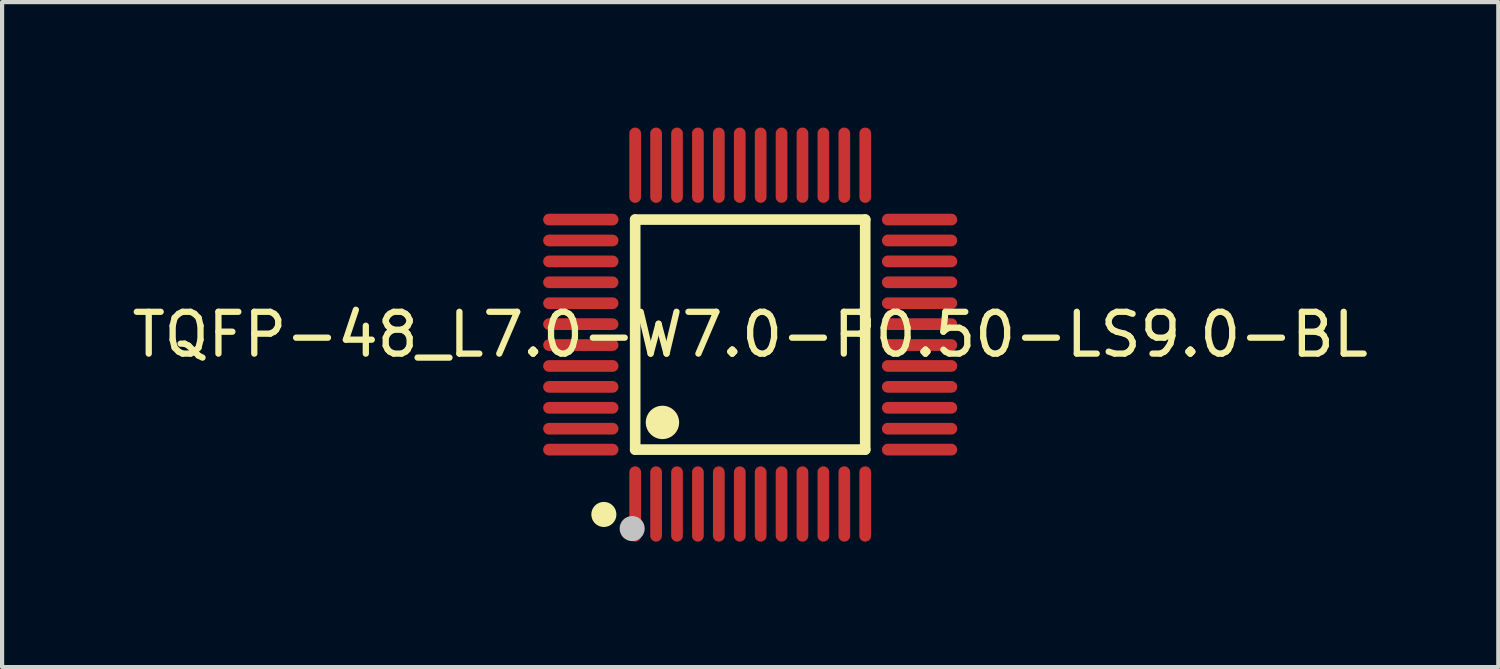
<source format=kicad_pcb>
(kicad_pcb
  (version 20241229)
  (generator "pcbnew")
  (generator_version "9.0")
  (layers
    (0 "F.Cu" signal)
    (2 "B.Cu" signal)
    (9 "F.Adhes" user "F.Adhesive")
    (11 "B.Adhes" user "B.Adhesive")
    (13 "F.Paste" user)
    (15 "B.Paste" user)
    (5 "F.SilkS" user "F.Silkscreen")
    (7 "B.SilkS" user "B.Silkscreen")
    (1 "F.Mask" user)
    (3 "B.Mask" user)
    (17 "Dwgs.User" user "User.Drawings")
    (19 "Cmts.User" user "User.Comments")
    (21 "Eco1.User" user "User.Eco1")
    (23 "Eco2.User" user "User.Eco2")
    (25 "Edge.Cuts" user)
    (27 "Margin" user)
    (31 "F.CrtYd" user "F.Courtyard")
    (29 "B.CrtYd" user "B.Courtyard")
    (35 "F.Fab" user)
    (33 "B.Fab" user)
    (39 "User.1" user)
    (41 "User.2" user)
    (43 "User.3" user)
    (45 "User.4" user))
  (footprint "TQFP-48_L7.0-W7.0-P0.50-LS9.0-BL"
    (layer "F.Cu")
    (at 14.887 4.95)
    (property "Reference" "TQFP-48_L7.0-W7.0-P0.50-LS9.0-BL" (at 0 0 0) (layer "F.SilkS") (effects (font (size 1 1) (thickness 0.15))))
    (fp_line (start -2.75 -2.75) (end 2.75 -2.75) (stroke (width 0.254) (type default)) (layer "F.SilkS"))
    (fp_line (start -2.75 2.75) (end -2.75 -2.75) (stroke (width 0.254) (type default)) (layer "F.SilkS"))
    (fp_line (start 2.75 -2.75) (end 2.75 2.75) (stroke (width 0.254) (type default)) (layer "F.SilkS"))
    (fp_line (start 2.75 2.75) (end -2.75 2.75) (stroke (width 0.254) (type default)) (layer "F.SilkS"))
    (fp_arc (start -3.4975 4.1505) (mid -3.49925 4.450507) (end -3.5 4.1505) (stroke (width 0.3) (type default)) (layer "F.SilkS"))
    (fp_arc (start -2.0955 1.9) (mid -2.098 2.300016) (end -2.1005 1.9) (stroke (width 0.4) (type default)) (layer "F.SilkS"))
    (fp_circle (center -2.822 4.638) (end -2.672 4.638) (stroke (width 0.3) (type default)) (fill no) (layer "Dwgs.User"))
    (fp_poly (pts (xy -3.9 -2.65) (xy -4.5 -2.65) (xy -4.5 -2.85) (xy -3.9 -2.85)) (stroke (width 0.1) (type default)) (fill no) (layer "User.1"))
    (fp_poly (pts (xy -3.9 -2.15) (xy -4.5 -2.15) (xy -4.5 -2.35) (xy -3.9 -2.35)) (stroke (width 0.1) (type default)) (fill no) (layer "User.1"))
    (fp_poly (pts (xy -3.9 -1.65) (xy -4.5 -1.65) (xy -4.5 -1.85) (xy -3.9 -1.85)) (stroke (width 0.1) (type default)) (fill no) (layer "User.1"))
    (fp_poly (pts (xy -3.9 -1.15) (xy -4.5 -1.15) (xy -4.5 -1.35) (xy -3.9 -1.35)) (stroke (width 0.1) (type default)) (fill no) (layer "User.1"))
    (fp_poly (pts (xy -3.9 -0.65) (xy -4.5 -0.65) (xy -4.5 -0.85) (xy -3.9 -0.85)) (stroke (width 0.1) (type default)) (fill no) (layer "User.1"))
    (fp_poly (pts (xy -3.9 -0.15) (xy -4.5 -0.15) (xy -4.5 -0.35) (xy -3.9 -0.35)) (stroke (width 0.1) (type default)) (fill no) (layer "User.1"))
    (fp_poly (pts (xy -3.9 0.35) (xy -4.5 0.35) (xy -4.5 0.15) (xy -3.9 0.15)) (stroke (width 0.1) (type default)) (fill no) (layer "User.1"))
    (fp_poly (pts (xy -3.9 0.85) (xy -4.5 0.85) (xy -4.5 0.65) (xy -3.9 0.65)) (stroke (width 0.1) (type default)) (fill no) (layer "User.1"))
    (fp_poly (pts (xy -3.9 1.35) (xy -4.5 1.35) (xy -4.5 1.15) (xy -3.9 1.15)) (stroke (width 0.1) (type default)) (fill no) (layer "User.1"))
    (fp_poly (pts (xy -3.9 1.85) (xy -4.5 1.85) (xy -4.5 1.65) (xy -3.9 1.65)) (stroke (width 0.1) (type default)) (fill no) (layer "User.1"))
    (fp_poly (pts (xy -3.9 2.35) (xy -4.5 2.35) (xy -4.5 2.15) (xy -3.9 2.15)) (stroke (width 0.1) (type default)) (fill no) (layer "User.1"))
    (fp_poly (pts (xy -3.9 2.85) (xy -4.5 2.85) (xy -4.5 2.65) (xy -3.9 2.65)) (stroke (width 0.1) (type default)) (fill no) (layer "User.1"))
    (fp_poly (pts (xy -3.49 -2.65) (xy -3.91 -2.65) (xy -3.91 -2.85) (xy -3.49 -2.85)) (stroke (width 0.1) (type default)) (fill no) (layer "User.1"))
    (fp_poly (pts (xy -3.49 -2.15) (xy -3.91 -2.15) (xy -3.91 -2.35) (xy -3.49 -2.35)) (stroke (width 0.1) (type default)) (fill no) (layer "User.1"))
    (fp_poly (pts (xy -3.49 -1.65) (xy -3.91 -1.65) (xy -3.91 -1.85) (xy -3.49 -1.85)) (stroke (width 0.1) (type default)) (fill no) (layer "User.1"))
    (fp_poly (pts (xy -3.49 -1.15) (xy -3.91 -1.15) (xy -3.91 -1.35) (xy -3.49 -1.35)) (stroke (width 0.1) (type default)) (fill no) (layer "User.1"))
    (fp_poly (pts (xy -3.49 -0.65) (xy -3.91 -0.65) (xy -3.91 -0.85) (xy -3.49 -0.85)) (stroke (width 0.1) (type default)) (fill no) (layer "User.1"))
    (fp_poly (pts (xy -3.49 -0.15) (xy -3.91 -0.15) (xy -3.91 -0.35) (xy -3.49 -0.35)) (stroke (width 0.1) (type default)) (fill no) (layer "User.1"))
    (fp_poly (pts (xy -3.49 0.35) (xy -3.91 0.35) (xy -3.91 0.15) (xy -3.49 0.15)) (stroke (width 0.1) (type default)) (fill no) (layer "User.1"))
    (fp_poly (pts (xy -3.49 0.85) (xy -3.91 0.85) (xy -3.91 0.65) (xy -3.49 0.65)) (stroke (width 0.1) (type default)) (fill no) (layer "User.1"))
    (fp_poly (pts (xy -3.49 1.35) (xy -3.91 1.35) (xy -3.91 1.15) (xy -3.49 1.15)) (stroke (width 0.1) (type default)) (fill no) (layer "User.1"))
    (fp_poly (pts (xy -3.49 1.85) (xy -3.91 1.85) (xy -3.91 1.65) (xy -3.49 1.65)) (stroke (width 0.1) (type default)) (fill no) (layer "User.1"))
    (fp_poly (pts (xy -3.49 2.35) (xy -3.91 2.35) (xy -3.91 2.15) (xy -3.49 2.15)) (stroke (width 0.1) (type default)) (fill no) (layer "User.1"))
    (fp_poly (pts (xy -3.49 2.85) (xy -3.91 2.85) (xy -3.91 2.65) (xy -3.49 2.65)) (stroke (width 0.1) (type default)) (fill no) (layer "User.1"))
    (fp_poly (pts (xy -2.85 -3.9) (xy -2.85 -4.5) (xy -2.65 -4.5) (xy -2.65 -3.9)) (stroke (width 0.1) (type default)) (fill no) (layer "User.1"))
    (fp_poly (pts (xy -2.85 -3.49) (xy -2.85 -3.91) (xy -2.65 -3.91) (xy -2.65 -3.49)) (stroke (width 0.1) (type default)) (fill no) (layer "User.1"))
    (fp_poly (pts (xy -2.85 3.91) (xy -2.85 3.49) (xy -2.65 3.49) (xy -2.65 3.91)) (stroke (width 0.1) (type default)) (fill no) (layer "User.1"))
    (fp_poly (pts (xy -2.85 4.5) (xy -2.85 3.9) (xy -2.65 3.9) (xy -2.65 4.5)) (stroke (width 0.1) (type default)) (fill no) (layer "User.1"))
    (fp_poly (pts (xy -2.35 -3.9) (xy -2.35 -4.5) (xy -2.15 -4.5) (xy -2.15 -3.9)) (stroke (width 0.1) (type default)) (fill no) (layer "User.1"))
    (fp_poly (pts (xy -2.35 -3.49) (xy -2.35 -3.91) (xy -2.15 -3.91) (xy -2.15 -3.49)) (stroke (width 0.1) (type default)) (fill no) (layer "User.1"))
    (fp_poly (pts (xy -2.35 3.91) (xy -2.35 3.49) (xy -2.15 3.49) (xy -2.15 3.91)) (stroke (width 0.1) (type default)) (fill no) (layer "User.1"))
    (fp_poly (pts (xy -2.35 4.5) (xy -2.35 3.9) (xy -2.15 3.9) (xy -2.15 4.5)) (stroke (width 0.1) (type default)) (fill no) (layer "User.1"))
    (fp_poly (pts (xy -1.85 -3.9) (xy -1.85 -4.5) (xy -1.65 -4.5) (xy -1.65 -3.9)) (stroke (width 0.1) (type default)) (fill no) (layer "User.1"))
    (fp_poly (pts (xy -1.85 -3.49) (xy -1.85 -3.91) (xy -1.65 -3.91) (xy -1.65 -3.49)) (stroke (width 0.1) (type default)) (fill no) (layer "User.1"))
    (fp_poly (pts (xy -1.85 3.91) (xy -1.85 3.49) (xy -1.65 3.49) (xy -1.65 3.91)) (stroke (width 0.1) (type default)) (fill no) (layer "User.1"))
    (fp_poly (pts (xy -1.85 4.5) (xy -1.85 3.9) (xy -1.65 3.9) (xy -1.65 4.5)) (stroke (width 0.1) (type default)) (fill no) (layer "User.1"))
    (fp_poly (pts (xy -1.35 -3.9) (xy -1.35 -4.5) (xy -1.15 -4.5) (xy -1.15 -3.9)) (stroke (width 0.1) (type default)) (fill no) (layer "User.1"))
    (fp_poly (pts (xy -1.35 -3.49) (xy -1.35 -3.91) (xy -1.15 -3.91) (xy -1.15 -3.49)) (stroke (width 0.1) (type default)) (fill no) (layer "User.1"))
    (fp_poly (pts (xy -1.35 3.91) (xy -1.35 3.49) (xy -1.15 3.49) (xy -1.15 3.91)) (stroke (width 0.1) (type default)) (fill no) (layer "User.1"))
    (fp_poly (pts (xy -1.35 4.5) (xy -1.35 3.9) (xy -1.15 3.9) (xy -1.15 4.5)) (stroke (width 0.1) (type default)) (fill no) (layer "User.1"))
    (fp_poly (pts (xy -0.85 -3.9) (xy -0.85 -4.5) (xy -0.65 -4.5) (xy -0.65 -3.9)) (stroke (width 0.1) (type default)) (fill no) (layer "User.1"))
    (fp_poly (pts (xy -0.85 -3.49) (xy -0.85 -3.91) (xy -0.65 -3.91) (xy -0.65 -3.49)) (stroke (width 0.1) (type default)) (fill no) (layer "User.1"))
    (fp_poly (pts (xy -0.85 3.91) (xy -0.85 3.49) (xy -0.65 3.49) (xy -0.65 3.91)) (stroke (width 0.1) (type default)) (fill no) (layer "User.1"))
    (fp_poly (pts (xy -0.85 4.5) (xy -0.85 3.9) (xy -0.65 3.9) (xy -0.65 4.5)) (stroke (width 0.1) (type default)) (fill no) (layer "User.1"))
    (fp_poly (pts (xy -0.35 -3.9) (xy -0.35 -4.5) (xy -0.15 -4.5) (xy -0.15 -3.9)) (stroke (width 0.1) (type default)) (fill no) (layer "User.1"))
    (fp_poly (pts (xy -0.35 -3.49) (xy -0.35 -3.91) (xy -0.15 -3.91) (xy -0.15 -3.49)) (stroke (width 0.1) (type default)) (fill no) (layer "User.1"))
    (fp_poly (pts (xy -0.35 3.91) (xy -0.35 3.49) (xy -0.15 3.49) (xy -0.15 3.91)) (stroke (width 0.1) (type default)) (fill no) (layer "User.1"))
    (fp_poly (pts (xy -0.35 4.5) (xy -0.35 3.9) (xy -0.15 3.9) (xy -0.15 4.5)) (stroke (width 0.1) (type default)) (fill no) (layer "User.1"))
    (fp_poly (pts (xy 0.15 -3.9) (xy 0.15 -4.5) (xy 0.35 -4.5) (xy 0.35 -3.9)) (stroke (width 0.1) (type default)) (fill no) (layer "User.1"))
    (fp_poly (pts (xy 0.15 -3.49) (xy 0.15 -3.91) (xy 0.35 -3.91) (xy 0.35 -3.49)) (stroke (width 0.1) (type default)) (fill no) (layer "User.1"))
    (fp_poly (pts (xy 0.15 3.91) (xy 0.15 3.49) (xy 0.35 3.49) (xy 0.35 3.91)) (stroke (width 0.1) (type default)) (fill no) (layer "User.1"))
    (fp_poly (pts (xy 0.15 4.5) (xy 0.15 3.9) (xy 0.35 3.9) (xy 0.35 4.5)) (stroke (width 0.1) (type default)) (fill no) (layer "User.1"))
    (fp_poly (pts (xy 0.65 -3.9) (xy 0.65 -4.5) (xy 0.85 -4.5) (xy 0.85 -3.9)) (stroke (width 0.1) (type default)) (fill no) (layer "User.1"))
    (fp_poly (pts (xy 0.65 -3.49) (xy 0.65 -3.91) (xy 0.85 -3.91) (xy 0.85 -3.49)) (stroke (width 0.1) (type default)) (fill no) (layer "User.1"))
    (fp_poly (pts (xy 0.65 3.91) (xy 0.65 3.49) (xy 0.85 3.49) (xy 0.85 3.91)) (stroke (width 0.1) (type default)) (fill no) (layer "User.1"))
    (fp_poly (pts (xy 0.65 4.5) (xy 0.65 3.9) (xy 0.85 3.9) (xy 0.85 4.5)) (stroke (width 0.1) (type default)) (fill no) (layer "User.1"))
    (fp_poly (pts (xy 1.15 -3.9) (xy 1.15 -4.5) (xy 1.35 -4.5) (xy 1.35 -3.9)) (stroke (width 0.1) (type default)) (fill no) (layer "User.1"))
    (fp_poly (pts (xy 1.15 -3.49) (xy 1.15 -3.91) (xy 1.35 -3.91) (xy 1.35 -3.49)) (stroke (width 0.1) (type default)) (fill no) (layer "User.1"))
    (fp_poly (pts (xy 1.15 3.91) (xy 1.15 3.49) (xy 1.35 3.49) (xy 1.35 3.91)) (stroke (width 0.1) (type default)) (fill no) (layer "User.1"))
    (fp_poly (pts (xy 1.15 4.5) (xy 1.15 3.9) (xy 1.35 3.9) (xy 1.35 4.5)) (stroke (width 0.1) (type default)) (fill no) (layer "User.1"))
    (fp_poly (pts (xy 1.65 -3.9) (xy 1.65 -4.5) (xy 1.85 -4.5) (xy 1.85 -3.9)) (stroke (width 0.1) (type default)) (fill no) (layer "User.1"))
    (fp_poly (pts (xy 1.65 -3.49) (xy 1.65 -3.91) (xy 1.85 -3.91) (xy 1.85 -3.49)) (stroke (width 0.1) (type default)) (fill no) (layer "User.1"))
    (fp_poly (pts (xy 1.65 3.91) (xy 1.65 3.49) (xy 1.85 3.49) (xy 1.85 3.91)) (stroke (width 0.1) (type default)) (fill no) (layer "User.1"))
    (fp_poly (pts (xy 1.65 4.5) (xy 1.65 3.9) (xy 1.85 3.9) (xy 1.85 4.5)) (stroke (width 0.1) (type default)) (fill no) (layer "User.1"))
    (fp_poly (pts (xy 2.15 -3.9) (xy 2.15 -4.5) (xy 2.35 -4.5) (xy 2.35 -3.9)) (stroke (width 0.1) (type default)) (fill no) (layer "User.1"))
    (fp_poly (pts (xy 2.15 -3.49) (xy 2.15 -3.91) (xy 2.35 -3.91) (xy 2.35 -3.49)) (stroke (width 0.1) (type default)) (fill no) (layer "User.1"))
    (fp_poly (pts (xy 2.15 3.91) (xy 2.15 3.49) (xy 2.35 3.49) (xy 2.35 3.91)) (stroke (width 0.1) (type default)) (fill no) (layer "User.1"))
    (fp_poly (pts (xy 2.15 4.5) (xy 2.15 3.9) (xy 2.35 3.9) (xy 2.35 4.5)) (stroke (width 0.1) (type default)) (fill no) (layer "User.1"))
    (fp_poly (pts (xy 2.65 -3.9) (xy 2.65 -4.5) (xy 2.85 -4.5) (xy 2.85 -3.9)) (stroke (width 0.1) (type default)) (fill no) (layer "User.1"))
    (fp_poly (pts (xy 2.65 -3.49) (xy 2.65 -3.91) (xy 2.85 -3.91) (xy 2.85 -3.49)) (stroke (width 0.1) (type default)) (fill no) (layer "User.1"))
    (fp_poly (pts (xy 2.65 3.91) (xy 2.65 3.49) (xy 2.85 3.49) (xy 2.85 3.91)) (stroke (width 0.1) (type default)) (fill no) (layer "User.1"))
    (fp_poly (pts (xy 2.65 4.5) (xy 2.65 3.9) (xy 2.85 3.9) (xy 2.85 4.5)) (stroke (width 0.1) (type default)) (fill no) (layer "User.1"))
    (fp_poly (pts (xy 3.91 -2.65) (xy 3.49 -2.65) (xy 3.49 -2.85) (xy 3.91 -2.85)) (stroke (width 0.1) (type default)) (fill no) (layer "User.1"))
    (fp_poly (pts (xy 3.91 -2.15) (xy 3.49 -2.15) (xy 3.49 -2.35) (xy 3.91 -2.35)) (stroke (width 0.1) (type default)) (fill no) (layer "User.1"))
    (fp_poly (pts (xy 3.91 -1.65) (xy 3.49 -1.65) (xy 3.49 -1.85) (xy 3.91 -1.85)) (stroke (width 0.1) (type default)) (fill no) (layer "User.1"))
    (fp_poly (pts (xy 3.91 -1.15) (xy 3.49 -1.15) (xy 3.49 -1.35) (xy 3.91 -1.35)) (stroke (width 0.1) (type default)) (fill no) (layer "User.1"))
    (fp_poly (pts (xy 3.91 -0.65) (xy 3.49 -0.65) (xy 3.49 -0.85) (xy 3.91 -0.85)) (stroke (width 0.1) (type default)) (fill no) (layer "User.1"))
    (fp_poly (pts (xy 3.91 -0.15) (xy 3.49 -0.15) (xy 3.49 -0.35) (xy 3.91 -0.35)) (stroke (width 0.1) (type default)) (fill no) (layer "User.1"))
    (fp_poly (pts (xy 3.91 0.35) (xy 3.49 0.35) (xy 3.49 0.15) (xy 3.91 0.15)) (stroke (width 0.1) (type default)) (fill no) (layer "User.1"))
    (fp_poly (pts (xy 3.91 0.85) (xy 3.49 0.85) (xy 3.49 0.65) (xy 3.91 0.65)) (stroke (width 0.1) (type default)) (fill no) (layer "User.1"))
    (fp_poly (pts (xy 3.91 1.35) (xy 3.49 1.35) (xy 3.49 1.15) (xy 3.91 1.15)) (stroke (width 0.1) (type default)) (fill no) (layer "User.1"))
    (fp_poly (pts (xy 3.91 1.85) (xy 3.49 1.85) (xy 3.49 1.65) (xy 3.91 1.65)) (stroke (width 0.1) (type default)) (fill no) (layer "User.1"))
    (fp_poly (pts (xy 3.91 2.35) (xy 3.49 2.35) (xy 3.49 2.15) (xy 3.91 2.15)) (stroke (width 0.1) (type default)) (fill no) (layer "User.1"))
    (fp_poly (pts (xy 3.91 2.85) (xy 3.49 2.85) (xy 3.49 2.65) (xy 3.91 2.65)) (stroke (width 0.1) (type default)) (fill no) (layer "User.1"))
    (fp_poly (pts (xy 4.5 -2.65) (xy 3.9 -2.65) (xy 3.9 -2.85) (xy 4.5 -2.85)) (stroke (width 0.1) (type default)) (fill no) (layer "User.1"))
    (fp_poly (pts (xy 4.5 -2.15) (xy 3.9 -2.15) (xy 3.9 -2.35) (xy 4.5 -2.35)) (stroke (width 0.1) (type default)) (fill no) (layer "User.1"))
    (fp_poly (pts (xy 4.5 -1.65) (xy 3.9 -1.65) (xy 3.9 -1.85) (xy 4.5 -1.85)) (stroke (width 0.1) (type default)) (fill no) (layer "User.1"))
    (fp_poly (pts (xy 4.5 -1.15) (xy 3.9 -1.15) (xy 3.9 -1.35) (xy 4.5 -1.35)) (stroke (width 0.1) (type default)) (fill no) (layer "User.1"))
    (fp_poly (pts (xy 4.5 -0.65) (xy 3.9 -0.65) (xy 3.9 -0.85) (xy 4.5 -0.85)) (stroke (width 0.1) (type default)) (fill no) (layer "User.1"))
    (fp_poly (pts (xy 4.5 -0.15) (xy 3.9 -0.15) (xy 3.9 -0.35) (xy 4.5 -0.35)) (stroke (width 0.1) (type default)) (fill no) (layer "User.1"))
    (fp_poly (pts (xy 4.5 0.35) (xy 3.9 0.35) (xy 3.9 0.15) (xy 4.5 0.15)) (stroke (width 0.1) (type default)) (fill no) (layer "User.1"))
    (fp_poly (pts (xy 4.5 0.85) (xy 3.9 0.85) (xy 3.9 0.65) (xy 4.5 0.65)) (stroke (width 0.1) (type default)) (fill no) (layer "User.1"))
    (fp_poly (pts (xy 4.5 1.35) (xy 3.9 1.35) (xy 3.9 1.15) (xy 4.5 1.15)) (stroke (width 0.1) (type default)) (fill no) (layer "User.1"))
    (fp_poly (pts (xy 4.5 1.85) (xy 3.9 1.85) (xy 3.9 1.65) (xy 4.5 1.65)) (stroke (width 0.1) (type default)) (fill no) (layer "User.1"))
    (fp_poly (pts (xy 4.5 2.35) (xy 3.9 2.35) (xy 3.9 2.15) (xy 4.5 2.15)) (stroke (width 0.1) (type default)) (fill no) (layer "User.1"))
    (fp_poly (pts (xy 4.5 2.85) (xy 3.9 2.85) (xy 3.9 2.65) (xy 4.5 2.65)) (stroke (width 0.1) (type default)) (fill no) (layer "User.1"))
    (fp_line (start -3.5 -3.5) (end 3.5 -3.5) (stroke (width 0.051) (type default)) (layer "User.2"))
    (fp_line (start -3.5 3.5) (end -3.5 -3.5) (stroke (width 0.051) (type default)) (layer "User.2"))
    (fp_line (start 3.5 -3.5) (end 3.5 3.5) (stroke (width 0.051) (type default)) (layer "User.2"))
    (fp_line (start 3.5 3.5) (end -3.5 3.5) (stroke (width 0.051) (type default)) (layer "User.2"))
    (fp_poly (pts (xy -4.44 4.5) (xy -4.458 4.458) (xy -4.5 4.44) (xy -4.542 4.458) (xy -4.56 4.5) (xy -4.542 4.542) (xy -4.5 4.56) (xy -4.458 4.542)) (stroke (width 0.1) (type default)) (fill no) (layer "User.3"))
    (pad "1" smd oval (at -2.75 4.05) (size 0.28 1.8) (layers "F.Cu" "F.Mask" "F.Paste"))
    (pad "2" smd oval (at -2.25 4.05) (size 0.28 1.8) (layers "F.Cu" "F.Mask" "F.Paste"))
    (pad "3" smd oval (at -1.75 4.05) (size 0.28 1.8) (layers "F.Cu" "F.Mask" "F.Paste"))
    (pad "4" smd oval (at -1.25 4.05) (size 0.28 1.8) (layers "F.Cu" "F.Mask" "F.Paste"))
    (pad "5" smd oval (at -0.75 4.05) (size 0.28 1.8) (layers "F.Cu" "F.Mask" "F.Paste"))
    (pad "6" smd oval (at -0.249 4.05) (size 0.28 1.8) (layers "F.Cu" "F.Mask" "F.Paste"))
    (pad "7" smd oval (at 0.25 4.05) (size 0.28 1.8) (layers "F.Cu" "F.Mask" "F.Paste"))
    (pad "8" smd oval (at 0.75 4.05) (size 0.28 1.8) (layers "F.Cu" "F.Mask" "F.Paste"))
    (pad "9" smd oval (at 1.25 4.05) (size 0.28 1.8) (layers "F.Cu" "F.Mask" "F.Paste"))
    (pad "10" smd oval (at 1.75 4.05) (size 0.28 1.8) (layers "F.Cu" "F.Mask" "F.Paste"))
    (pad "11" smd oval (at 2.25 4.05) (size 0.28 1.8) (layers "F.Cu" "F.Mask" "F.Paste"))
    (pad "12" smd oval (at 2.75 4.05) (size 0.28 1.8) (layers "F.Cu" "F.Mask" "F.Paste"))
    (pad "13" smd oval (at 4.05 2.75) (size 1.8 0.28) (layers "F.Cu" "F.Mask" "F.Paste"))
    (pad "14" smd oval (at 4.05 2.25) (size 1.8 0.28) (layers "F.Cu" "F.Mask" "F.Paste"))
    (pad "15" smd oval (at 4.05 1.75) (size 1.8 0.28) (layers "F.Cu" "F.Mask" "F.Paste"))
    (pad "16" smd oval (at 4.05 1.25) (size 1.8 0.28) (layers "F.Cu" "F.Mask" "F.Paste"))
    (pad "17" smd oval (at 4.05 0.75) (size 1.8 0.28) (layers "F.Cu" "F.Mask" "F.Paste"))
    (pad "18" smd oval (at 4.05 0.25) (size 1.8 0.28) (layers "F.Cu" "F.Mask" "F.Paste"))
    (pad "19" smd oval (at 4.05 -0.25) (size 1.8 0.28) (layers "F.Cu" "F.Mask" "F.Paste"))
    (pad "20" smd oval (at 4.05 -0.75) (size 1.8 0.28) (layers "F.Cu" "F.Mask" "F.Paste"))
    (pad "21" smd oval (at 4.05 -1.25) (size 1.8 0.28) (layers "F.Cu" "F.Mask" "F.Paste"))
    (pad "22" smd oval (at 4.05 -1.75) (size 1.8 0.28) (layers "F.Cu" "F.Mask" "F.Paste"))
    (pad "23" smd oval (at 4.05 -2.25) (size 1.8 0.28) (layers "F.Cu" "F.Mask" "F.Paste"))
    (pad "24" smd oval (at 4.05 -2.75) (size 1.8 0.28) (layers "F.Cu" "F.Mask" "F.Paste"))
    (pad "25" smd oval (at 2.751 -4.05) (size 0.28 1.8) (layers "F.Cu" "F.Mask" "F.Paste"))
    (pad "26" smd oval (at 2.25 -4.05) (size 0.28 1.8) (layers "F.Cu" "F.Mask" "F.Paste"))
    (pad "27" smd oval (at 1.75 -4.05) (size 0.28 1.8) (layers "F.Cu" "F.Mask" "F.Paste"))
    (pad "28" smd oval (at 1.25 -4.05) (size 0.28 1.8) (layers "F.Cu" "F.Mask" "F.Paste"))
    (pad "29" smd oval (at 0.75 -4.05) (size 0.28 1.8) (layers "F.Cu" "F.Mask" "F.Paste"))
    (pad "30" smd oval (at 0.25 -4.05) (size 0.28 1.8) (layers "F.Cu" "F.Mask" "F.Paste"))
    (pad "31" smd oval (at -0.25 -4.05) (size 0.28 1.8) (layers "F.Cu" "F.Mask" "F.Paste"))
    (pad "32" smd oval (at -0.75 -4.05) (size 0.28 1.8) (layers "F.Cu" "F.Mask" "F.Paste"))
    (pad "33" smd oval (at -1.25 -4.05) (size 0.28 1.8) (layers "F.Cu" "F.Mask" "F.Paste"))
    (pad "34" smd oval (at -1.75 -4.05) (size 0.28 1.8) (layers "F.Cu" "F.Mask" "F.Paste"))
    (pad "35" smd oval (at -2.25 -4.05) (size 0.28 1.8) (layers "F.Cu" "F.Mask" "F.Paste"))
    (pad "36" smd oval (at -2.75 -4.05) (size 0.28 1.8) (layers "F.Cu" "F.Mask" "F.Paste"))
    (pad "37" smd oval (at -4.05 -2.75) (size 1.8 0.28) (layers "F.Cu" "F.Mask" "F.Paste"))
    (pad "38" smd oval (at -4.05 -2.25) (size 1.8 0.28) (layers "F.Cu" "F.Mask" "F.Paste"))
    (pad "39" smd oval (at -4.05 -1.75) (size 1.8 0.28) (layers "F.Cu" "F.Mask" "F.Paste"))
    (pad "40" smd oval (at -4.05 -1.25) (size 1.8 0.28) (layers "F.Cu" "F.Mask" "F.Paste"))
    (pad "41" smd oval (at -4.05 -0.75) (size 1.8 0.28) (layers "F.Cu" "F.Mask" "F.Paste"))
    (pad "42" smd oval (at -4.05 -0.25) (size 1.8 0.28) (layers "F.Cu" "F.Mask" "F.Paste"))
    (pad "43" smd oval (at -4.05 0.25) (size 1.8 0.28) (layers "F.Cu" "F.Mask" "F.Paste"))
    (pad "44" smd oval (at -4.05 0.75) (size 1.8 0.28) (layers "F.Cu" "F.Mask" "F.Paste"))
    (pad "45" smd oval (at -4.05 1.25) (size 1.8 0.28) (layers "F.Cu" "F.Mask" "F.Paste"))
    (pad "46" smd oval (at -4.05 1.75) (size 1.8 0.28) (layers "F.Cu" "F.Mask" "F.Paste"))
    (pad "47" smd oval (at -4.05 2.25) (size 1.8 0.28) (layers "F.Cu" "F.Mask" "F.Paste"))
    (pad "48" smd oval (at -4.05 2.75) (size 1.8 0.28) (layers "F.Cu" "F.Mask" "F.Paste")))
  (gr_rect
    (start -3 -3)
    (end 32.774 12.9)
    (stroke (width 0.1) (type default))
    (fill no)
    (layer "Edge.Cuts")))
</source>
